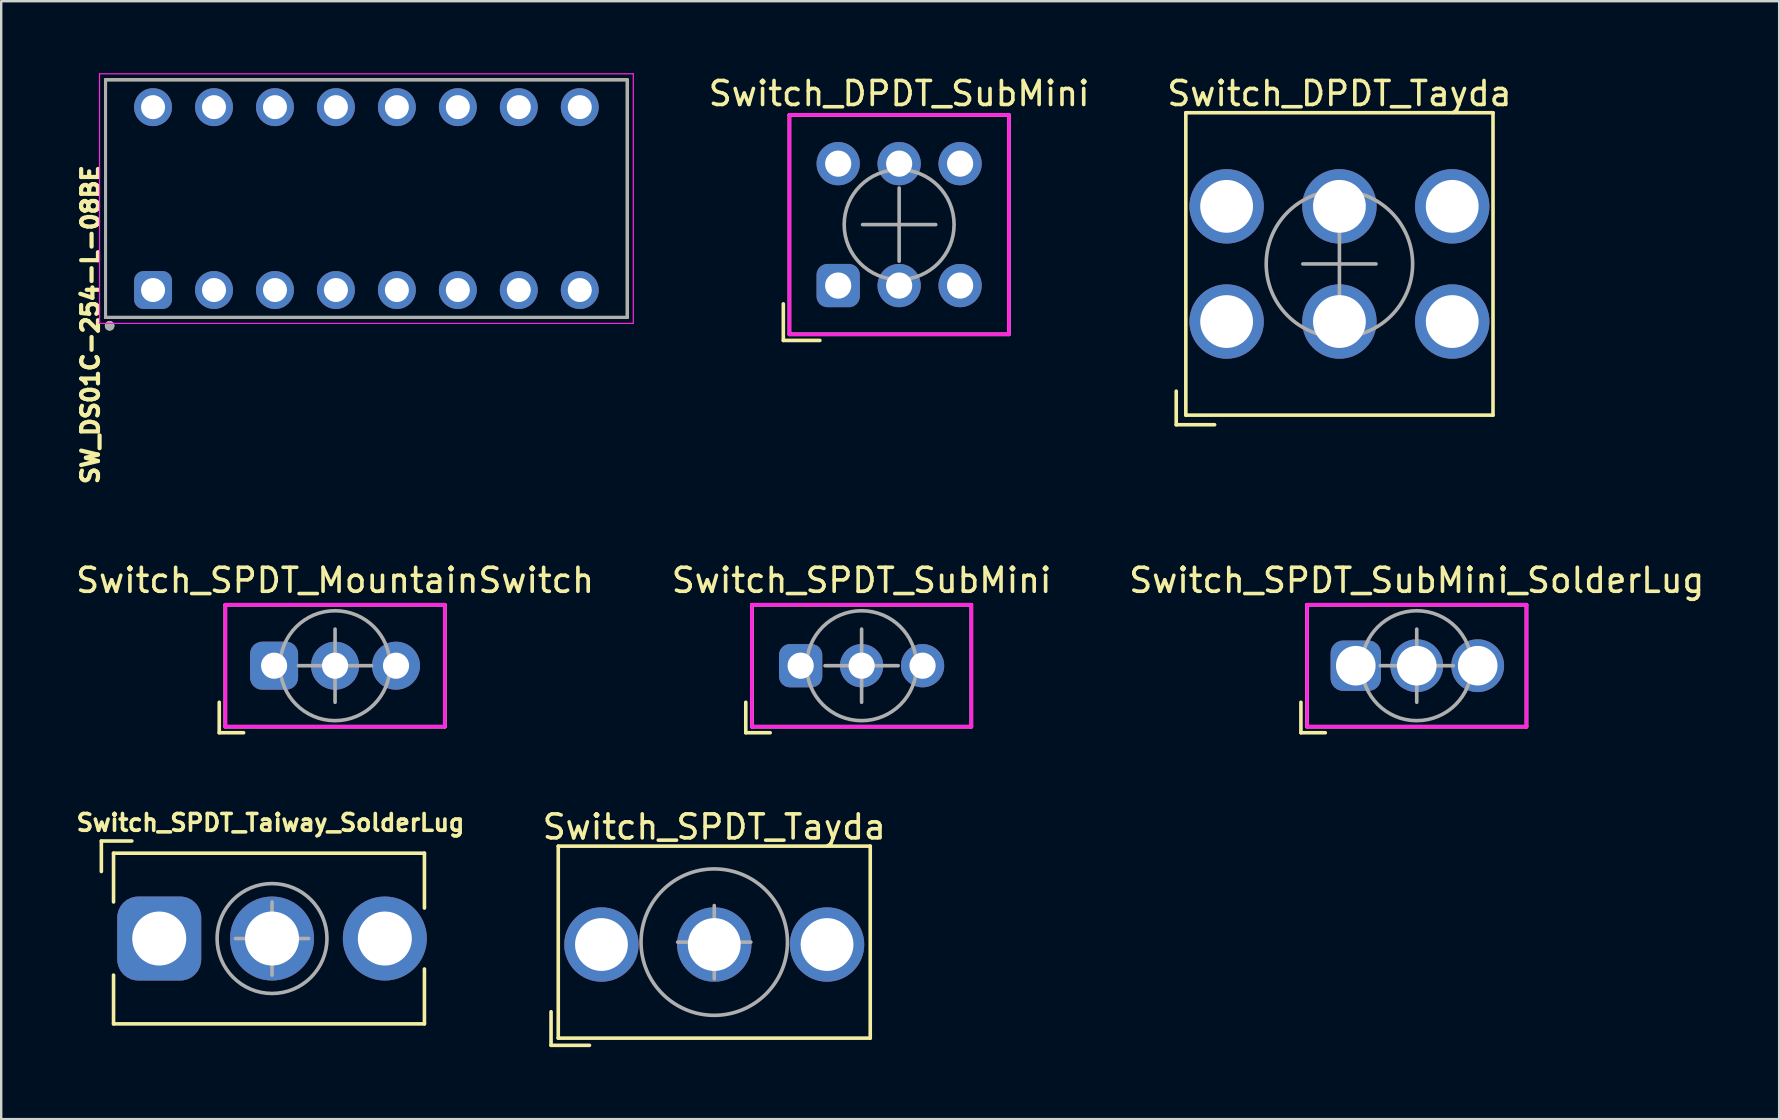
<source format=kicad_pcb>
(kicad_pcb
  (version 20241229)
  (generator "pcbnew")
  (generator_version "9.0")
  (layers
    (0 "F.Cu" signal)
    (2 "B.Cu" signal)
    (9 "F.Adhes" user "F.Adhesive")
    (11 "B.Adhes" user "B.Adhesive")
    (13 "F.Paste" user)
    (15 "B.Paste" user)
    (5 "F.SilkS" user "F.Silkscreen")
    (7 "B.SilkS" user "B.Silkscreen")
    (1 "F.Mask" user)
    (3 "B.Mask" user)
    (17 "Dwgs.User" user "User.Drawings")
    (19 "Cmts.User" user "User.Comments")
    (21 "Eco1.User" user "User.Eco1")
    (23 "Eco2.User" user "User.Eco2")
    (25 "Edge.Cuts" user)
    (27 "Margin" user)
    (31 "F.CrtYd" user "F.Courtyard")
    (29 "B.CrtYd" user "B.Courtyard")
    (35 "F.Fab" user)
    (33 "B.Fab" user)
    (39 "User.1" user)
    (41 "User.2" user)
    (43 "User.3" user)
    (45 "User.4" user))
  (footprint "Switch_DPDT_SubMini"
    (layer "F.Cu")
    (at 34.415 6.309)
    (property "Reference" "Switch_DPDT_SubMini" (at 0 -5.461 0) (layer "F.SilkS") (effects (font (size 1 1) (thickness 0.15))))
    (attr smd)
    (fp_line (start -4.826 3.302) (end -4.826 4.826) (stroke (width 0.15) (type solid)) (layer "F.SilkS"))
    (fp_line (start -4.826 4.826) (end -3.302 4.826) (stroke (width 0.15) (type solid)) (layer "F.SilkS"))
    (fp_line (start -4.572 -4.572) (end 4.572 -4.572) (stroke (width 0.15) (type solid)) (layer "F.SilkS"))
    (fp_line (start -4.572 4.572) (end -4.572 -4.572) (stroke (width 0.15) (type solid)) (layer "F.SilkS"))
    (fp_line (start 4.572 -4.572) (end 4.572 4.572) (stroke (width 0.15) (type solid)) (layer "F.SilkS"))
    (fp_line (start 4.572 4.572) (end -4.572 4.572) (stroke (width 0.15) (type solid)) (layer "F.SilkS"))
    (fp_line (start -4.572 -4.572) (end -4.572 4.572) (stroke (width 0.15) (type solid)) (layer "F.CrtYd"))
    (fp_line (start -4.572 4.572) (end 4.572 4.572) (stroke (width 0.15) (type solid)) (layer "F.CrtYd"))
    (fp_line (start 4.572 -4.572) (end -4.572 -4.572) (stroke (width 0.15) (type solid)) (layer "F.CrtYd"))
    (fp_line (start 4.572 4.572) (end 4.572 -4.572) (stroke (width 0.15) (type solid)) (layer "F.CrtYd"))
    (fp_line (start -1.524 0) (end 1.524 0) (stroke (width 0.15) (type solid)) (layer "F.Fab"))
    (fp_line (start 0 -1.524) (end 0 1.524) (stroke (width 0.15) (type solid)) (layer "F.Fab"))
    (fp_circle (center 0 0) (end 2.286 -0.127) (stroke (width 0.15) (type solid)) (fill no) (layer "F.Fab"))
    (pad "1" thru_hole roundrect (at -2.54 2.54) (size 1.803 1.803) (drill 1.092) (layers "*.Cu" "*.Mask") (roundrect_rratio 0.25))
    (pad "2" thru_hole circle (at 0 2.54) (size 1.803 1.803) (drill 1.092) (layers "*.Cu" "*.Mask"))
    (pad "3" thru_hole circle (at 2.54 2.54) (size 1.803 1.803) (drill 1.092) (layers "*.Cu" "*.Mask"))
    (pad "4" thru_hole circle (at -2.54 -2.54) (size 1.803 1.803) (drill 1.092) (layers "*.Cu" "*.Mask"))
    (pad "5" thru_hole circle (at 0 -2.54) (size 1.803 1.803) (drill 1.092) (layers "*.Cu" "*.Mask"))
    (pad "6" thru_hole circle (at 2.54 -2.54) (size 1.803 1.803) (drill 1.092) (layers "*.Cu" "*.Mask")))
  (footprint "SW_DS01C-254-L-08BE"
    (layer "F.Cu")
    (at 12.217 5.225)
    (property "Reference" "SW_DS01C-254-L-08BE" (at -11.5 5.25 270) (layer "F.SilkS") (effects (font (size 0.7 0.7) (thickness 0.175))))
    (attr through_hole)
    (fp_line (start -10.87 -4.95) (end 10.87 -4.95) (stroke (width 0.127) (type solid)) (layer "F.SilkS"))
    (fp_line (start -10.87 4.95) (end -10.87 -4.95) (stroke (width 0.127) (type solid)) (layer "F.SilkS"))
    (fp_line (start 10.87 -4.95) (end 10.87 4.95) (stroke (width 0.127) (type solid)) (layer "F.SilkS"))
    (fp_line (start 10.87 4.95) (end -10.87 4.95) (stroke (width 0.127) (type solid)) (layer "F.SilkS"))
    (fp_circle (center -10.7 5.3) (end -10.6 5.3) (stroke (width 0.2) (type solid)) (fill no) (layer "F.SilkS"))
    (fp_line (start -11.12 -5.2) (end -11.12 5.2) (stroke (width 0.05) (type solid)) (layer "F.CrtYd"))
    (fp_line (start -11.12 5.2) (end 11.12 5.2) (stroke (width 0.05) (type solid)) (layer "F.CrtYd"))
    (fp_line (start 11.12 -5.2) (end -11.12 -5.2) (stroke (width 0.05) (type solid)) (layer "F.CrtYd"))
    (fp_line (start 11.12 5.2) (end 11.12 -5.2) (stroke (width 0.05) (type solid)) (layer "F.CrtYd"))
    (fp_line (start -10.87 -4.95) (end 10.87 -4.95) (stroke (width 0.127) (type solid)) (layer "F.Fab"))
    (fp_line (start -10.87 4.95) (end -10.87 -4.95) (stroke (width 0.127) (type solid)) (layer "F.Fab"))
    (fp_line (start 10.87 -4.95) (end 10.87 4.95) (stroke (width 0.127) (type solid)) (layer "F.Fab"))
    (fp_line (start 10.87 4.95) (end -10.87 4.95) (stroke (width 0.127) (type solid)) (layer "F.Fab"))
    (fp_circle (center -10.7 5.3) (end -10.6 5.3) (stroke (width 0.2) (type solid)) (fill no) (layer "F.Fab"))
    (pad "1A" thru_hole roundrect (at -8.89 3.81) (size 1.58 1.58) (drill 1) (layers "*.Cu" "*.Mask") (roundrect_rratio 0.25))
    (pad "1B" thru_hole circle (at -8.89 -3.81) (size 1.58 1.58) (drill 1) (layers "*.Cu" "*.Mask"))
    (pad "2A" thru_hole circle (at -6.35 3.81) (size 1.58 1.58) (drill 1) (layers "*.Cu" "*.Mask"))
    (pad "2B" thru_hole circle (at -6.35 -3.81) (size 1.58 1.58) (drill 1) (layers "*.Cu" "*.Mask"))
    (pad "3A" thru_hole circle (at -3.81 3.81) (size 1.58 1.58) (drill 1) (layers "*.Cu" "*.Mask"))
    (pad "3B" thru_hole circle (at -3.81 -3.81) (size 1.58 1.58) (drill 1) (layers "*.Cu" "*.Mask"))
    (pad "4A" thru_hole circle (at -1.27 3.81) (size 1.58 1.58) (drill 1) (layers "*.Cu" "*.Mask"))
    (pad "4B" thru_hole circle (at -1.27 -3.81) (size 1.58 1.58) (drill 1) (layers "*.Cu" "*.Mask"))
    (pad "5A" thru_hole circle (at 1.27 3.81) (size 1.58 1.58) (drill 1) (layers "*.Cu" "*.Mask"))
    (pad "5B" thru_hole circle (at 1.27 -3.81) (size 1.58 1.58) (drill 1) (layers "*.Cu" "*.Mask"))
    (pad "6A" thru_hole circle (at 3.81 3.81) (size 1.58 1.58) (drill 1) (layers "*.Cu" "*.Mask"))
    (pad "6B" thru_hole circle (at 3.81 -3.81) (size 1.58 1.58) (drill 1) (layers "*.Cu" "*.Mask"))
    (pad "7A" thru_hole circle (at 6.35 3.81) (size 1.58 1.58) (drill 1) (layers "*.Cu" "*.Mask"))
    (pad "7B" thru_hole circle (at 6.35 -3.81) (size 1.58 1.58) (drill 1) (layers "*.Cu" "*.Mask"))
    (pad "8A" thru_hole circle (at 8.89 3.81) (size 1.58 1.58) (drill 1) (layers "*.Cu" "*.Mask"))
    (pad "8B" thru_hole circle (at 8.89 -3.81) (size 1.58 1.58) (drill 1) (layers "*.Cu" "*.Mask")))
  (footprint "Switch_SPDT_Tayda"
    (layer "F.Cu")
    (at 26.711 36.206)
    (property "Reference" "Switch_SPDT_Tayda" (at 0 -4.8 0) (layer "F.SilkS") (effects (font (size 1 1) (thickness 0.15))))
    (attr through_hole)
    (fp_line (start -6.8 2.9) (end -6.8 4.3) (stroke (width 0.15) (type solid)) (layer "F.SilkS"))
    (fp_line (start -6.8 4.3) (end -5.2 4.3) (stroke (width 0.15) (type solid)) (layer "F.SilkS"))
    (fp_line (start -6.5 -4) (end 6.5 -4) (stroke (width 0.15) (type solid)) (layer "F.SilkS"))
    (fp_line (start -6.5 4) (end -6.5 -4) (stroke (width 0.15) (type solid)) (layer "F.SilkS"))
    (fp_line (start 6.5 -4) (end 6.5 4) (stroke (width 0.15) (type solid)) (layer "F.SilkS"))
    (fp_line (start 6.5 4) (end -6.5 4) (stroke (width 0.15) (type solid)) (layer "F.SilkS"))
    (fp_line (start -1.524 0) (end 1.524 0) (stroke (width 0.15) (type solid)) (layer "F.Fab"))
    (fp_line (start 0 -1.524) (end 0 1.524) (stroke (width 0.15) (type solid)) (layer "F.Fab"))
    (fp_circle (center 0 0) (end 3.05 0.05) (stroke (width 0.15) (type solid)) (fill no) (layer "F.Fab"))
    (pad "1" thru_hole circle (at -4.7 0.1) (size 3.1 3.1) (drill 2.2) (layers "*.Cu" "*.Mask"))
    (pad "2" thru_hole circle (at 0 0.1) (size 3.1 3.1) (drill 2.2) (layers "*.Cu" "*.Mask"))
    (pad "3" thru_hole circle (at 4.7 0.1) (size 3.1 3.1) (drill 2.2) (layers "*.Cu" "*.Mask")))
  (footprint "Switch_SPDT_SubMini"
    (layer "F.Cu")
    (at 32.851 24.688)
    (property "Reference" "Switch_SPDT_SubMini" (at 0 -3.556 0) (layer "F.SilkS") (effects (font (size 1 1) (thickness 0.15))))
    (attr through_hole)
    (fp_line (start -4.826 1.524) (end -4.826 2.794) (stroke (width 0.15) (type solid)) (layer "F.SilkS"))
    (fp_line (start -4.826 2.794) (end -3.81 2.794) (stroke (width 0.15) (type solid)) (layer "F.SilkS"))
    (fp_line (start -4.572 -2.54) (end 4.572 -2.54) (stroke (width 0.15) (type solid)) (layer "F.SilkS"))
    (fp_line (start -4.572 2.54) (end -4.572 -2.54) (stroke (width 0.15) (type solid)) (layer "F.SilkS"))
    (fp_line (start 4.572 -2.54) (end 4.572 2.54) (stroke (width 0.15) (type solid)) (layer "F.SilkS"))
    (fp_line (start 4.572 2.54) (end -4.572 2.54) (stroke (width 0.15) (type solid)) (layer "F.SilkS"))
    (fp_line (start -4.572 -2.54) (end 4.572 -2.54) (stroke (width 0.15) (type solid)) (layer "F.CrtYd"))
    (fp_line (start -4.572 2.54) (end -4.572 -2.54) (stroke (width 0.15) (type solid)) (layer "F.CrtYd"))
    (fp_line (start 4.572 -2.54) (end 4.572 2.54) (stroke (width 0.15) (type solid)) (layer "F.CrtYd"))
    (fp_line (start 4.572 2.54) (end -4.572 2.54) (stroke (width 0.15) (type solid)) (layer "F.CrtYd"))
    (fp_line (start -1.524 0) (end 1.524 0) (stroke (width 0.15) (type solid)) (layer "F.Fab"))
    (fp_line (start 0 -1.524) (end 0 1.524) (stroke (width 0.15) (type solid)) (layer "F.Fab"))
    (fp_circle (center 0 0) (end 2.286 -0.127) (stroke (width 0.15) (type solid)) (fill no) (layer "F.Fab"))
    (pad "1" thru_hole roundrect (at -2.54 0) (size 1.803 1.803) (drill 1.092) (layers "*.Cu" "*.Mask") (roundrect_rratio 0.25))
    (pad "2" thru_hole circle (at 0 0) (size 1.803 1.803) (drill 1.092) (layers "*.Cu" "*.Mask"))
    (pad "3" thru_hole circle (at 2.54 0) (size 1.803 1.803) (drill 1.092) (layers "*.Cu" "*.Mask")))
  (footprint "Switch_DPDT_Tayda"
    (layer "F.Cu")
    (at 52.76 7.948)
    (property "Reference" "Switch_DPDT_Tayda" (at 0 -7.1 0) (layer "F.SilkS") (effects (font (size 1 1) (thickness 0.15))))
    (attr through_hole)
    (fp_line (start -6.8 5.3) (end -6.8 6.7) (stroke (width 0.15) (type solid)) (layer "F.SilkS"))
    (fp_line (start -6.8 6.7) (end -5.2 6.7) (stroke (width 0.15) (type solid)) (layer "F.SilkS"))
    (fp_line (start -6.4 -6.3) (end 6.4 -6.3) (stroke (width 0.15) (type solid)) (layer "F.SilkS"))
    (fp_line (start -6.4 6.3) (end -6.4 -6.3) (stroke (width 0.15) (type solid)) (layer "F.SilkS"))
    (fp_line (start 6.4 -6.3) (end 6.4 6.3) (stroke (width 0.15) (type solid)) (layer "F.SilkS"))
    (fp_line (start 6.4 6.3) (end -6.4 6.3) (stroke (width 0.15) (type solid)) (layer "F.SilkS"))
    (fp_line (start -1.524 0) (end 1.524 0) (stroke (width 0.15) (type solid)) (layer "F.Fab"))
    (fp_line (start 0 -1.524) (end 0 1.524) (stroke (width 0.15) (type solid)) (layer "F.Fab"))
    (fp_circle (center 0 0) (end 3.05 0.05) (stroke (width 0.15) (type solid)) (fill no) (layer "F.Fab"))
    (pad "1" thru_hole circle (at -4.7 2.4) (size 3.1 3.1) (drill 2.2) (layers "*.Cu" "*.Mask"))
    (pad "2" thru_hole circle (at 0 2.4) (size 3.1 3.1) (drill 2.2) (layers "*.Cu" "*.Mask"))
    (pad "3" thru_hole circle (at 4.7 2.4) (size 3.1 3.1) (drill 2.2) (layers "*.Cu" "*.Mask"))
    (pad "4" thru_hole circle (at -4.7 -2.4) (size 3.1 3.1) (drill 2.2) (layers "*.Cu" "*.Mask"))
    (pad "5" thru_hole circle (at 0 -2.4) (size 3.1 3.1) (drill 2.2) (layers "*.Cu" "*.Mask"))
    (pad "6" thru_hole circle (at 4.7 -2.4) (size 3.1 3.1) (drill 2.2) (layers "*.Cu" "*.Mask")))
  (footprint "Switch_SPDT_Taiway_SolderLug"
    (layer "F.Cu")
    (at 8.285 36.056)
    (property "Reference" "Switch_SPDT_Taiway_SolderLug" (at -0.064 -4.826 0) (layer "F.SilkS") (effects (font (size 0.7 0.7) (thickness 0.15))))
    (attr through_hole)
    (fp_line (start -7.112 -4.064) (end -5.842 -4.064) (stroke (width 0.15) (type solid)) (layer "F.SilkS"))
    (fp_line (start -7.112 -2.794) (end -7.112 -4.064) (stroke (width 0.15) (type solid)) (layer "F.SilkS"))
    (fp_line (start -6.604 -3.556) (end -6.604 -1.524) (stroke (width 0.15) (type solid)) (layer "F.SilkS"))
    (fp_line (start -6.604 -3.556) (end 6.35 -3.556) (stroke (width 0.15) (type solid)) (layer "F.SilkS"))
    (fp_line (start -6.604 3.556) (end -6.604 1.524) (stroke (width 0.15) (type solid)) (layer "F.SilkS"))
    (fp_line (start -6.604 3.556) (end 6.35 3.556) (stroke (width 0.15) (type solid)) (layer "F.SilkS"))
    (fp_line (start 6.35 -3.556) (end 6.35 -1.27) (stroke (width 0.15) (type solid)) (layer "F.SilkS"))
    (fp_line (start 6.35 3.556) (end 6.35 1.27) (stroke (width 0.15) (type solid)) (layer "F.SilkS"))
    (fp_line (start -1.524 0) (end 1.524 0) (stroke (width 0.15) (type solid)) (layer "F.Fab"))
    (fp_line (start 0 -1.524) (end 0 1.524) (stroke (width 0.15) (type solid)) (layer "F.Fab"))
    (fp_circle (center 0 0) (end 2.286 -0.127) (stroke (width 0.15) (type solid)) (fill no) (layer "F.Fab"))
    (pad "1" thru_hole roundrect (at -4.7 0) (size 3.5 3.5) (drill 2.25) (layers "*.Cu" "*.Mask") (roundrect_rratio 0.25))
    (pad "2" thru_hole circle (at 0 0) (size 3.5 3.5) (drill 2.25) (layers "*.Cu" "*.Mask"))
    (pad "3" thru_hole circle (at 4.7 0) (size 3.5 3.5) (drill 2.25) (layers "*.Cu" "*.Mask")))
  (footprint "Switch_SPDT_SubMini_SolderLug"
    (layer "F.Cu")
    (at 55.982 24.688)
    (property "Reference" "Switch_SPDT_SubMini_SolderLug" (at 0 -3.556 0) (layer "F.SilkS") (effects (font (size 1 1) (thickness 0.15))))
    (attr through_hole)
    (fp_line (start -4.826 1.524) (end -4.826 2.794) (stroke (width 0.15) (type solid)) (layer "F.SilkS"))
    (fp_line (start -4.826 2.794) (end -3.81 2.794) (stroke (width 0.15) (type solid)) (layer "F.SilkS"))
    (fp_line (start -4.572 -2.54) (end 4.572 -2.54) (stroke (width 0.15) (type solid)) (layer "F.SilkS"))
    (fp_line (start -4.572 2.54) (end -4.572 -2.54) (stroke (width 0.15) (type solid)) (layer "F.SilkS"))
    (fp_line (start 4.572 -2.54) (end 4.572 2.54) (stroke (width 0.15) (type solid)) (layer "F.SilkS"))
    (fp_line (start 4.572 2.54) (end -4.572 2.54) (stroke (width 0.15) (type solid)) (layer "F.SilkS"))
    (fp_line (start -4.572 -2.54) (end 4.572 -2.54) (stroke (width 0.15) (type solid)) (layer "F.CrtYd"))
    (fp_line (start -4.572 2.54) (end -4.572 -2.54) (stroke (width 0.15) (type solid)) (layer "F.CrtYd"))
    (fp_line (start 4.572 -2.54) (end 4.572 2.54) (stroke (width 0.15) (type solid)) (layer "F.CrtYd"))
    (fp_line (start 4.572 2.54) (end -4.572 2.54) (stroke (width 0.15) (type solid)) (layer "F.CrtYd"))
    (fp_line (start -1.524 0) (end 1.524 0) (stroke (width 0.15) (type solid)) (layer "F.Fab"))
    (fp_line (start 0 -1.524) (end 0 1.524) (stroke (width 0.15) (type solid)) (layer "F.Fab"))
    (fp_circle (center 0 0) (end 2.286 -0.127) (stroke (width 0.15) (type solid)) (fill no) (layer "F.Fab"))
    (pad "1" thru_hole roundrect (at -2.54 0) (size 2.1 2.1) (drill 1.65) (layers "*.Cu" "*.Mask") (roundrect_rratio 0.25))
    (pad "2" thru_hole circle (at 0 0) (size 2.2 2.2) (drill 1.65) (layers "*.Cu" "*.Mask"))
    (pad "3" thru_hole circle (at 2.54 0) (size 2.2 2.2) (drill 1.65) (layers "*.Cu" "*.Mask")))
  (footprint "Switch_SPDT_MountainSwitch"
    (layer "F.Cu")
    (at 10.911 24.688)
    (property "Reference" "Switch_SPDT_MountainSwitch" (at 0 -3.556 0) (layer "F.SilkS") (effects (font (size 1 1) (thickness 0.15))))
    (attr through_hole)
    (fp_line (start -4.826 1.524) (end -4.826 2.794) (stroke (width 0.15) (type solid)) (layer "F.SilkS"))
    (fp_line (start -4.826 2.794) (end -3.81 2.794) (stroke (width 0.15) (type solid)) (layer "F.SilkS"))
    (fp_line (start -4.572 -2.54) (end 4.572 -2.54) (stroke (width 0.15) (type solid)) (layer "F.SilkS"))
    (fp_line (start -4.572 2.54) (end -4.572 -2.54) (stroke (width 0.15) (type solid)) (layer "F.SilkS"))
    (fp_line (start 4.572 -2.54) (end 4.572 2.54) (stroke (width 0.15) (type solid)) (layer "F.SilkS"))
    (fp_line (start 4.572 2.54) (end -4.572 2.54) (stroke (width 0.15) (type solid)) (layer "F.SilkS"))
    (fp_line (start -4.572 -2.54) (end 4.572 -2.54) (stroke (width 0.15) (type solid)) (layer "F.CrtYd"))
    (fp_line (start -4.572 2.54) (end -4.572 -2.54) (stroke (width 0.15) (type solid)) (layer "F.CrtYd"))
    (fp_line (start 4.572 -2.54) (end 4.572 2.54) (stroke (width 0.15) (type solid)) (layer "F.CrtYd"))
    (fp_line (start 4.572 2.54) (end -4.572 2.54) (stroke (width 0.15) (type solid)) (layer "F.CrtYd"))
    (fp_line (start -1.524 0) (end 1.524 0) (stroke (width 0.15) (type solid)) (layer "F.Fab"))
    (fp_line (start 0 -1.524) (end 0 1.524) (stroke (width 0.15) (type solid)) (layer "F.Fab"))
    (fp_circle (center 0 0) (end 2.286 -0.127) (stroke (width 0.15) (type solid)) (fill no) (layer "F.Fab"))
    (pad "1" thru_hole roundrect (at -2.54 0) (size 2 2) (drill 1.09) (layers "*.Cu" "*.Mask") (roundrect_rratio 0.25))
    (pad "2" thru_hole circle (at 0 0) (size 2 2) (drill 1.09) (layers "*.Cu" "*.Mask"))
    (pad "3" thru_hole circle (at 2.54 0) (size 2 2) (drill 1.09) (layers "*.Cu" "*.Mask")))
  (gr_rect
    (start -3 -3)
    (end 71.083 43.581)
    (stroke (width 0.1) (type default))
    (fill no)
    (layer "Edge.Cuts")))
</source>
